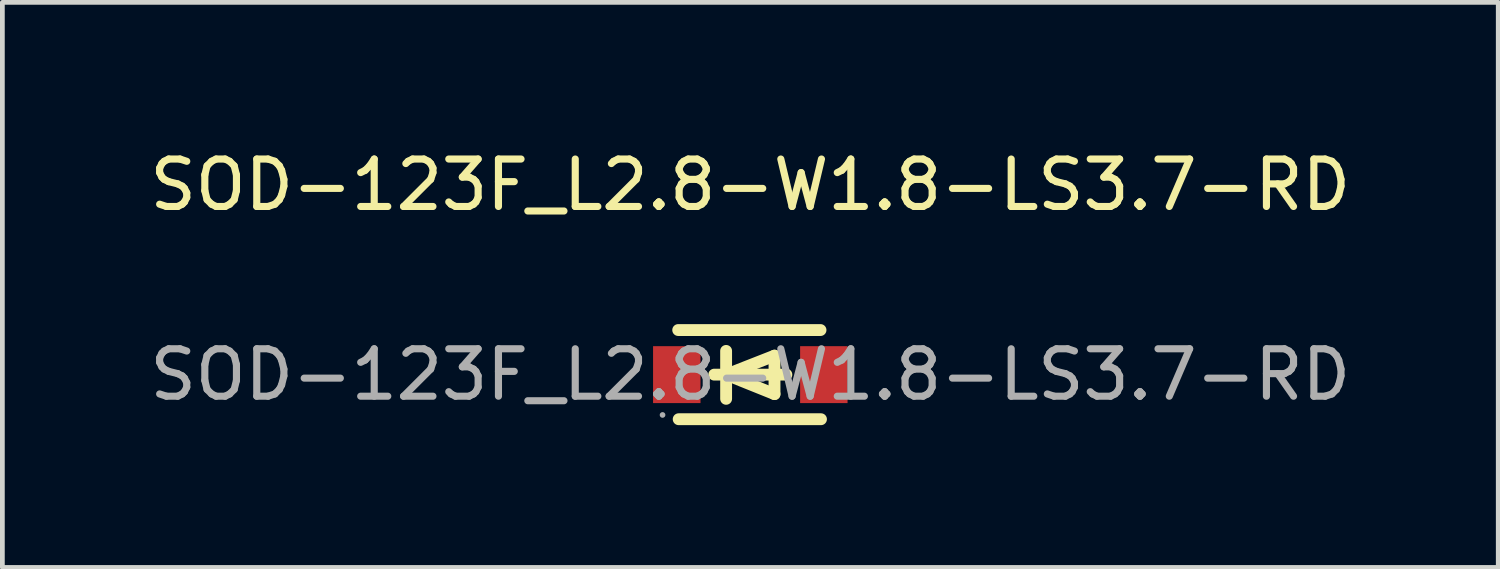
<source format=kicad_pcb>
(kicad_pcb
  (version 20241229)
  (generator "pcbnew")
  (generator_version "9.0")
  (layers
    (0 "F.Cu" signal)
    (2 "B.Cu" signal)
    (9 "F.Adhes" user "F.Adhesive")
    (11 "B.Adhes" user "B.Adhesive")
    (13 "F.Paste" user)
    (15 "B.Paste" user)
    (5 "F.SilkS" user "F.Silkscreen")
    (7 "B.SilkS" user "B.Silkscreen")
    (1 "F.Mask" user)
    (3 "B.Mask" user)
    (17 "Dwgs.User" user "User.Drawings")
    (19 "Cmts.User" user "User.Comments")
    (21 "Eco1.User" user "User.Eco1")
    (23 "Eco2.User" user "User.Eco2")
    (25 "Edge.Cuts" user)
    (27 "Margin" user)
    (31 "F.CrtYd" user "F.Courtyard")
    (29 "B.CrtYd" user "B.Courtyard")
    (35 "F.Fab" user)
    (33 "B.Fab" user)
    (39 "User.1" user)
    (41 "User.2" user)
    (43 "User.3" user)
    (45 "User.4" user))
  (footprint "SOD-123F_L2.8-W1.8-LS3.7-RD"
    (layer "F.Cu")
    (at 12.768 4.848)
    (property "Reference" "SOD-123F_L2.8-W1.8-LS3.7-RD" (at 0 -4 0) (layer "F.SilkS") (effects (font (size 1 1) (thickness 0.15))))
    (attr smd)
    (fp_line (start -1.52 -0.94) (end 1.48 -0.94) (stroke (width 0.25) (type solid)) (layer "F.SilkS"))
    (fp_line (start -1.51 0.94) (end 1.49 0.94) (stroke (width 0.25) (type solid)) (layer "F.SilkS"))
    (fp_line (start -0.76 0) (end 0.76 0) (stroke (width 0.25) (type solid)) (layer "F.SilkS"))
    (fp_line (start -0.51 -0.5) (end -0.51 0.51) (stroke (width 0.25) (type solid)) (layer "F.SilkS"))
    (fp_line (start -0.51 0) (end 0.51 -0.4) (stroke (width 0.25) (type solid)) (layer "F.SilkS"))
    (fp_line (start 0.51 -0.4) (end 0.51 0.41) (stroke (width 0.25) (type solid)) (layer "F.SilkS"))
    (fp_line (start 0.51 0.41) (end -0.51 0) (stroke (width 0.25) (type solid)) (layer "F.SilkS"))
    (fp_circle (center -1.85 0.85) (end -1.82 0.85) (stroke (width 0.06) (type solid)) (fill no) (layer "F.Fab"))
    (fp_text user "${REFERENCE}" (at 0 0 0) (layer "F.Fab") (effects (font (size 1 1) (thickness 0.15))))
    (pad "1" smd rect (at -1.55 0) (size 1 1.2) (layers "F.Cu" "F.Mask" "F.Paste"))
    (pad "2" smd rect (at 1.55 0) (size 1 1.2) (layers "F.Cu" "F.Mask" "F.Paste")))
  (gr_rect
    (start -3 -3)
    (end 28.536 8.913)
    (stroke (width 0.1) (type default))
    (fill no)
    (layer "Edge.Cuts")))
</source>
